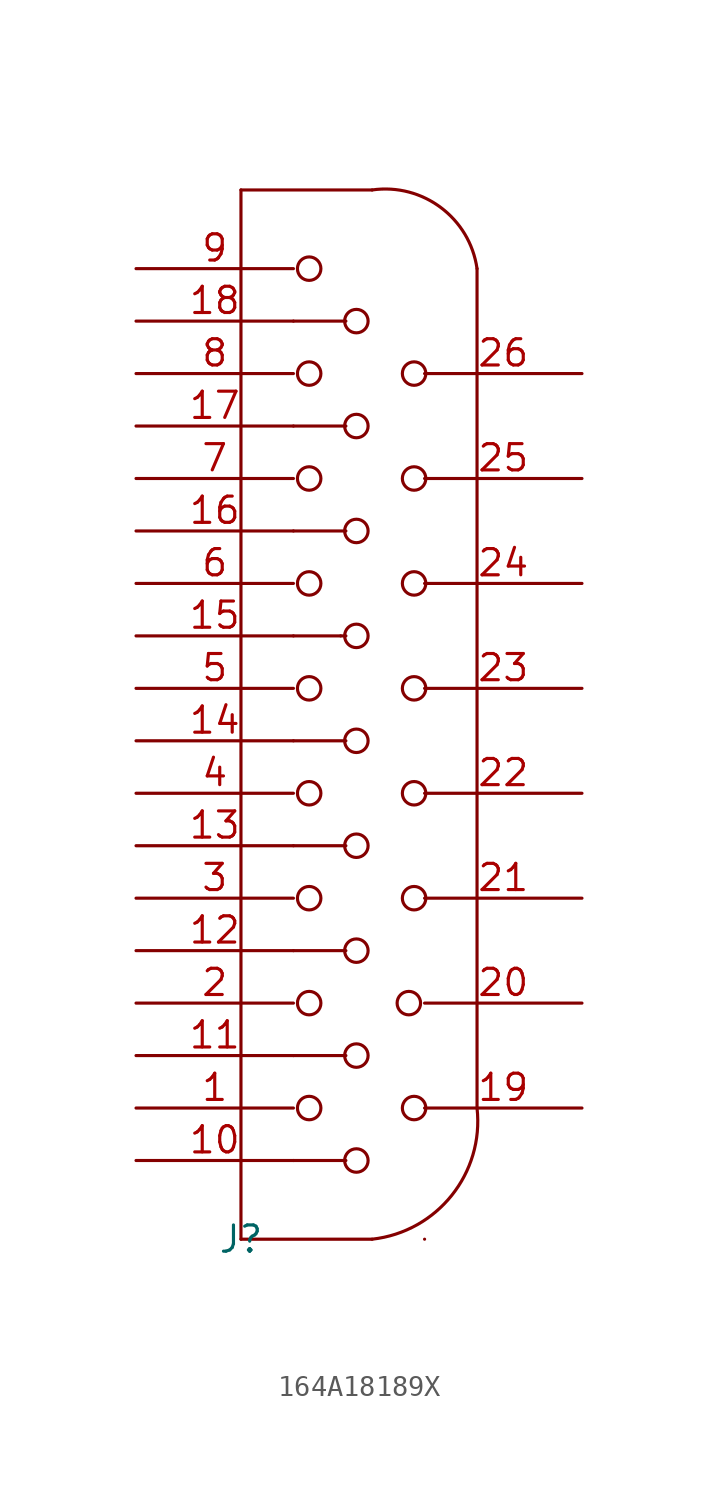
<source format=kicad_sym>
(kicad_symbol_lib
  (version 20241209)
  (generator "kicad_symbol_editor")
  (generator_version "9.0")
  (symbol "164A18189X"
    (pin_names
      (offset 0))
    (property "Reference" "J"
      (at 0 0 0)
      (effects (font (size 1.27 1.27))))
    (property "Value" ""
      (at 0 0 0)
      (effects (font (size 1.27 1.27))))
    (symbol "164A18189X_0_1"
      (polyline (pts (xy 0 0) (xy 0 50.8)) (stroke (width 0) (type default)) (fill (type none)))
      (polyline (pts (xy 0 0) (xy 6.35 0)) (stroke (width 0) (type default)) (fill (type none)))
      (polyline (pts (xy 2.54 44.45) (xy 5.08 44.45) (xy 4.826 44.45)) (stroke (width 0) (type default)) (fill (type none)))
      (polyline (pts (xy 2.54 39.37) (xy 5.08 39.37)) (stroke (width 0) (type default)) (fill (type none)))
      (polyline (pts (xy 2.54 34.29) (xy 5.08 34.29)) (stroke (width 0) (type default)) (fill (type none)))
      (polyline (pts (xy 2.54 29.21) (xy 4.826 29.21)) (stroke (width 0) (type default)) (fill (type none)))
      (polyline (pts (xy 2.54 24.13) (xy 5.08 24.13)) (stroke (width 0) (type default)) (fill (type none)))
      (polyline (pts (xy 2.54 19.05) (xy 5.08 19.05)) (stroke (width 0) (type default)) (fill (type none)))
      (polyline (pts (xy 2.54 13.97) (xy 5.08 13.97)) (stroke (width 0) (type default)) (fill (type none)))
      (polyline (pts (xy 2.54 8.89) (xy 5.08 8.89)) (stroke (width 0) (type default)) (fill (type none)))
      (polyline (pts (xy 2.54 3.81) (xy 5.08 3.81)) (stroke (width 0) (type default)) (fill (type none)))
      (circle (center 3.302 46.99) (radius 0.568) (stroke (width 0) (type default)) (fill (type none)))
      (circle (center 3.302 41.91) (radius 0.568) (stroke (width 0) (type default)) (fill (type none)))
      (circle (center 3.302 36.83) (radius 0.568) (stroke (width 0) (type default)) (fill (type none)))
      (circle (center 3.302 31.75) (radius 0.568) (stroke (width 0) (type default)) (fill (type none)))
      (circle (center 3.302 26.67) (radius 0.568) (stroke (width 0) (type default)) (fill (type none)))
      (circle (center 3.302 21.59) (radius 0.568) (stroke (width 0) (type default)) (fill (type none)))
      (circle (center 3.302 16.51) (radius 0.568) (stroke (width 0) (type default)) (fill (type none)))
      (circle (center 3.302 11.43) (radius 0.568) (stroke (width 0) (type default)) (fill (type none)))
      (circle (center 3.302 6.35) (radius 0.568) (stroke (width 0) (type default)) (fill (type none)))
      (polyline (pts (xy 4.826 29.21) (xy 5.08 29.21)) (stroke (width 0) (type default)) (fill (type none)))
      (circle (center 5.588 44.45) (radius 0.568) (stroke (width 0) (type default)) (fill (type none)))
      (circle (center 5.588 39.37) (radius 0.568) (stroke (width 0) (type default)) (fill (type none)))
      (circle (center 5.588 34.29) (radius 0.568) (stroke (width 0) (type default)) (fill (type none)))
      (circle (center 5.588 29.21) (radius 0.568) (stroke (width 0) (type default)) (fill (type none)))
      (circle (center 5.588 24.13) (radius 0.568) (stroke (width 0) (type default)) (fill (type none)))
      (circle (center 5.588 19.05) (radius 0.568) (stroke (width 0) (type default)) (fill (type none)))
      (circle (center 5.588 13.97) (radius 0.568) (stroke (width 0) (type default)) (fill (type none)))
      (circle (center 5.588 8.89) (radius 0.568) (stroke (width 0) (type default)) (fill (type none)))
      (circle (center 5.588 3.81) (radius 0.568) (stroke (width 0) (type default)) (fill (type none)))
      (arc (start 11.43 6.35) (mid 10.2051 2.1229) (end 6.35 0) (stroke (width 0) (type default)) (fill (type none)))
      (arc (start 6.35 50.8) (mid 9.6791 49.9471) (end 11.43 46.99) (stroke (width 0) (type default)) (fill (type none)))
      (circle (center 8.128 11.43) (radius 0.568) (stroke (width 0) (type default)) (fill (type none)))
      (circle (center 8.382 41.91) (radius 0.568) (stroke (width 0) (type default)) (fill (type none)))
      (circle (center 8.382 36.83) (radius 0.568) (stroke (width 0) (type default)) (fill (type none)))
      (circle (center 8.382 31.75) (radius 0.568) (stroke (width 0) (type default)) (fill (type none)))
      (circle (center 8.382 26.67) (radius 0.568) (stroke (width 0) (type default)) (fill (type none)))
      (circle (center 8.382 21.59) (radius 0.568) (stroke (width 0) (type default)) (fill (type none)))
      (circle (center 8.382 16.51) (radius 0.568) (stroke (width 0) (type default)) (fill (type none)))
      (circle (center 8.382 6.35) (radius 0.568) (stroke (width 0) (type default)) (fill (type none)))
      (polyline (pts (xy 8.89 0) (xy 8.89 0)) (stroke (width 0) (type default)) (fill (type none)))
      (polyline (pts (xy 11.43 6.35) (xy 11.43 46.99)) (stroke (width 0) (type default)) (fill (type none))))
    (symbol "164A18189X_1_1"
      (polyline (pts (xy 0 50.8) (xy 6.35 50.8)) (stroke (width 0) (type default)) (fill (type none)))
      (pin passive line (at -5.08 46.99 0) (length 7.62) (name "" (effects (font (size 1.27 1.27)))) (number "9" (effects (font (size 1.27 1.27)))))
      (pin passive line (at -5.08 44.45 0) (length 7.62) (name "" (effects (font (size 1.27 1.27)))) (number "18" (effects (font (size 1.27 1.27)))))
      (pin passive line (at -5.08 41.91 0) (length 7.62) (name "" (effects (font (size 1.27 1.27)))) (number "8" (effects (font (size 1.27 1.27)))))
      (pin passive line (at -5.08 39.37 0) (length 7.62) (name "" (effects (font (size 1.27 1.27)))) (number "17" (effects (font (size 1.27 1.27)))))
      (pin passive line (at -5.08 36.83 0) (length 7.62) (name "" (effects (font (size 1.27 1.27)))) (number "7" (effects (font (size 1.27 1.27)))))
      (pin passive line (at -5.08 34.29 0) (length 7.62) (name "" (effects (font (size 1.27 1.27)))) (number "16" (effects (font (size 1.27 1.27)))))
      (pin passive line (at -5.08 31.75 0) (length 7.62) (name "" (effects (font (size 1.27 1.27)))) (number "6" (effects (font (size 1.27 1.27)))))
      (pin passive line (at -5.08 29.21 0) (length 7.62) (name "" (effects (font (size 1.27 1.27)))) (number "15" (effects (font (size 1.27 1.27)))))
      (pin passive line (at -5.08 26.67 0) (length 7.62) (name "" (effects (font (size 1.27 1.27)))) (number "5" (effects (font (size 1.27 1.27)))))
      (pin passive line (at -5.08 24.13 0) (length 7.62) (name "" (effects (font (size 1.27 1.27)))) (number "14" (effects (font (size 1.27 1.27)))))
      (pin passive line (at -5.08 21.59 0) (length 7.62) (name "" (effects (font (size 1.27 1.27)))) (number "4" (effects (font (size 1.27 1.27)))))
      (pin passive line (at -5.08 19.05 0) (length 7.62) (name "" (effects (font (size 1.27 1.27)))) (number "13" (effects (font (size 1.27 1.27)))))
      (pin passive line (at -5.08 16.51 0) (length 7.62) (name "" (effects (font (size 1.27 1.27)))) (number "3" (effects (font (size 1.27 1.27)))))
      (pin passive line (at -5.08 13.97 0) (length 7.62) (name "" (effects (font (size 1.27 1.27)))) (number "12" (effects (font (size 1.27 1.27)))))
      (pin passive line (at -5.08 11.43 0) (length 7.62) (name "" (effects (font (size 1.27 1.27)))) (number "2" (effects (font (size 1.27 1.27)))))
      (pin passive line (at -5.08 8.89 0) (length 7.62) (name "" (effects (font (size 1.27 1.27)))) (number "11" (effects (font (size 1.27 1.27)))))
      (pin passive line (at -5.08 6.35 0) (length 7.62) (name "" (effects (font (size 1.27 1.27)))) (number "1" (effects (font (size 1.27 1.27)))))
      (pin passive line (at -5.08 3.81 0) (length 7.62) (name "" (effects (font (size 1.27 1.27)))) (number "10" (effects (font (size 1.27 1.27)))))
      (pin passive line (at 16.51 41.91 180) (length 7.62) (name "" (effects (font (size 1.27 1.27)))) (number "26" (effects (font (size 1.27 1.27)))))
      (pin passive line (at 16.51 36.83 180) (length 7.62) (name "" (effects (font (size 1.27 1.27)))) (number "25" (effects (font (size 1.27 1.27)))))
      (pin passive line (at 16.51 31.75 180) (length 7.62) (name "" (effects (font (size 1.27 1.27)))) (number "24" (effects (font (size 1.27 1.27)))))
      (pin passive line (at 16.51 26.67 180) (length 7.62) (name "" (effects (font (size 1.27 1.27)))) (number "23" (effects (font (size 1.27 1.27)))))
      (pin passive line (at 16.51 21.59 180) (length 7.62) (name "" (effects (font (size 1.27 1.27)))) (number "22" (effects (font (size 1.27 1.27)))))
      (pin passive line (at 16.51 16.51 180) (length 7.62) (name "" (effects (font (size 1.27 1.27)))) (number "21" (effects (font (size 1.27 1.27)))))
      (pin passive line (at 16.51 11.43 180) (length 7.62) (name "" (effects (font (size 1.27 1.27)))) (number "20" (effects (font (size 1.27 1.27)))))
      (pin passive line (at 16.51 6.35 180) (length 7.62) (name "" (effects (font (size 1.27 1.27)))) (number "19" (effects (font (size 1.27 1.27))))))))
</source>
